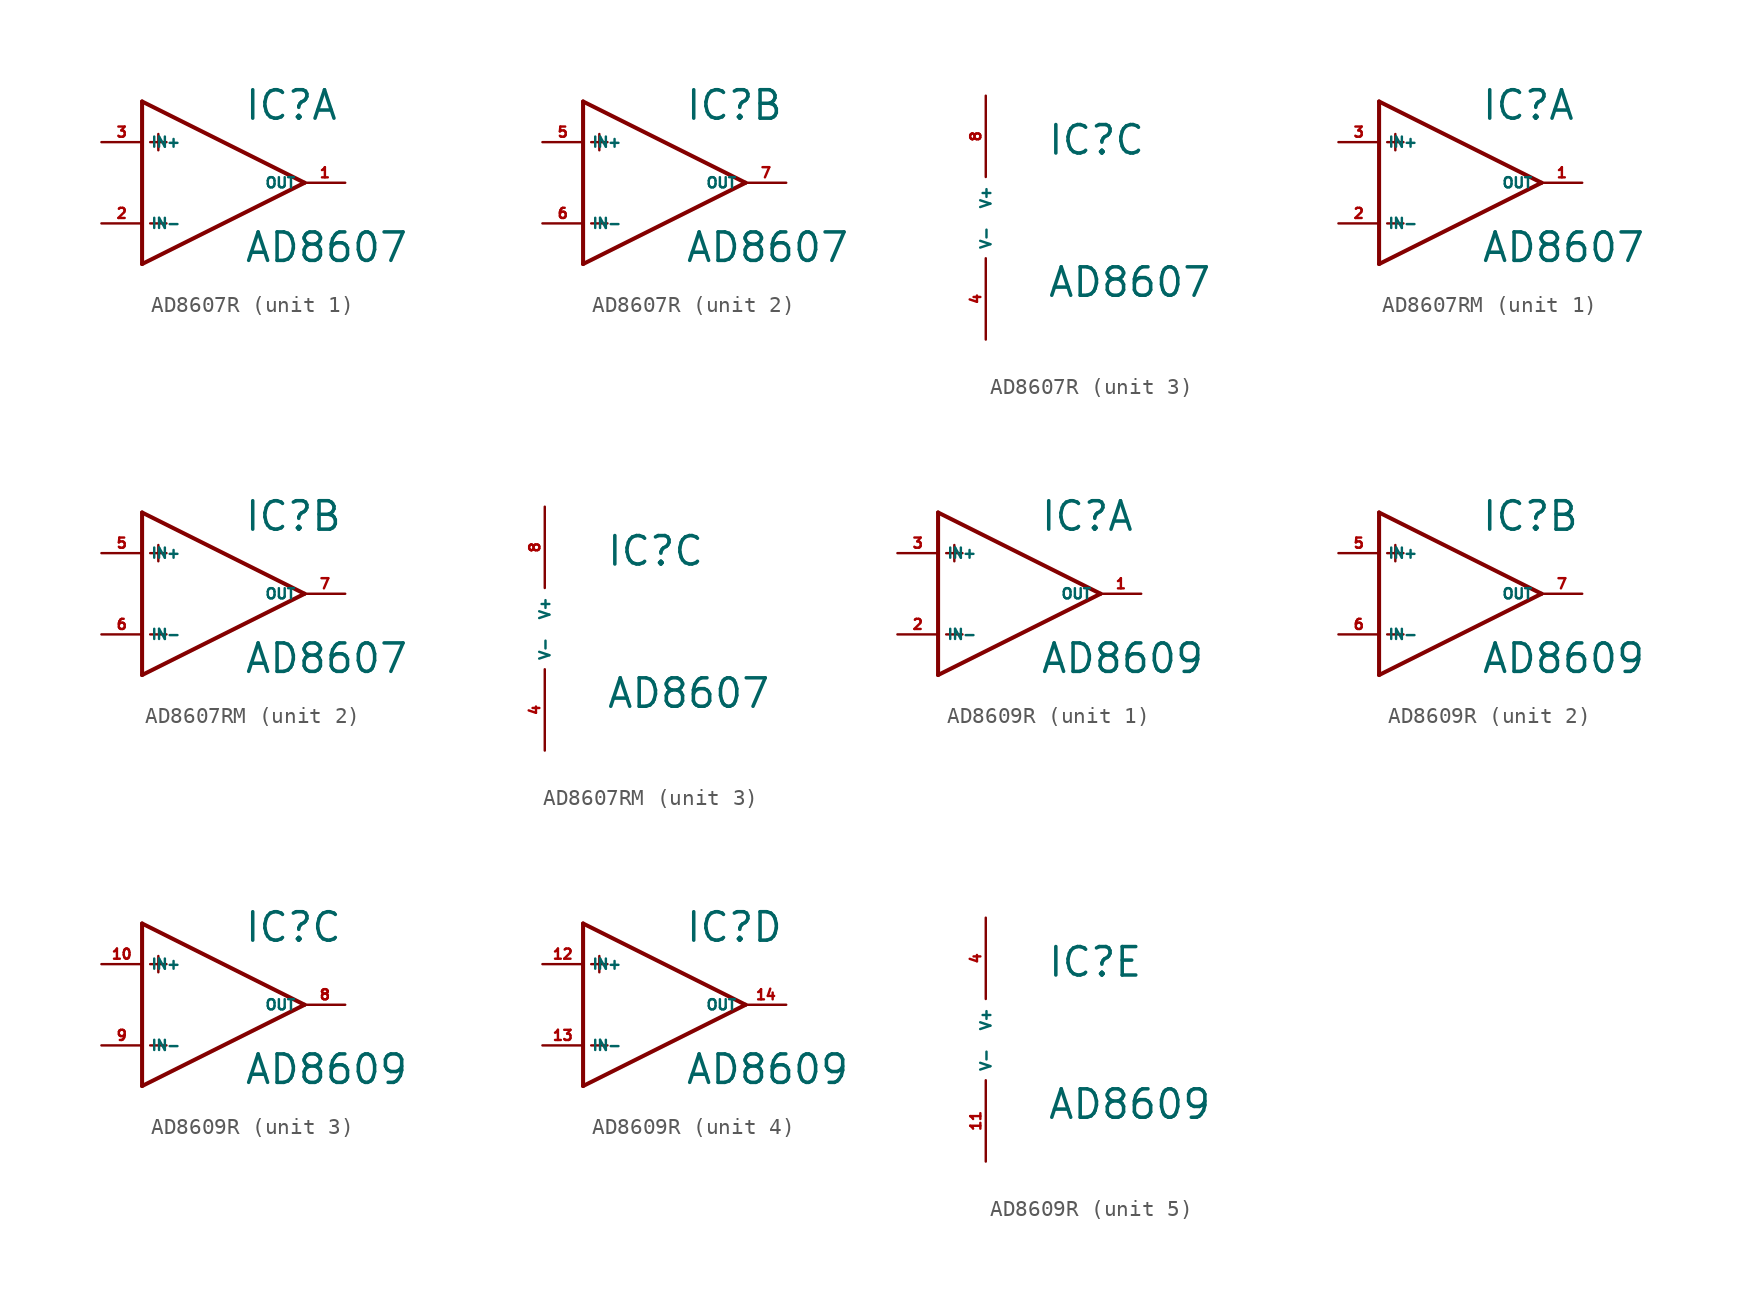
<source format=kicad_sym>
(kicad_symbol_lib
  (version 20220914)
  (generator Eagle2Kicad)
  (symbol "AD8607R"
    (property "Reference" "IC"
      (at 3.81 3.81 0)
      (effects (font (size 1.778 1.778) (thickness 0.22)) (justify left bottom)))
    (property "Value" "AD8607"
      (at 3.81 -5.08 0)
      (effects (font (size 1.778 1.778) (thickness 0.22)) (justify left bottom)))
    (symbol "AD8607R_1_0"
      (polyline (pts (xy -2.54 5.08) (xy -2.54 -5.08)) (stroke (width 0.254) (type default)) (fill (type none)))
      (polyline (pts (xy -2.54 -5.08) (xy 7.62 0)) (stroke (width 0.254) (type default)) (fill (type none)))
      (polyline (pts (xy 7.62 0) (xy -2.54 5.08)) (stroke (width 0.254) (type default)) (fill (type none)))
      (polyline (pts (xy -2.032 2.54) (xy -1.016 2.54)) (stroke (width 0.152) (type default)) (fill (type none)))
      (polyline (pts (xy -1.524 3.048) (xy -1.524 2.032)) (stroke (width 0.152) (type default)) (fill (type none)))
      (polyline (pts (xy -2.032 -2.54) (xy -1.016 -2.54)) (stroke (width 0.152) (type default)) (fill (type none)))
      (pin input line (at -5.08 2.54 0) (length 2.54) (name "IN+" (effects (font (size 0.635 0.635) (thickness 0.08)) (justify left bottom))) (number "3" (effects (font (size 0.635 0.635) (thickness 0.08)) (justify left bottom))))
      (pin input line (at -5.08 -2.54 0) (length 2.54) (name "IN-" (effects (font (size 0.635 0.635) (thickness 0.08)) (justify left bottom))) (number "2" (effects (font (size 0.635 0.635) (thickness 0.08)) (justify left bottom))))
      (pin output line (at 10.16 0 180) (length 2.54) (name "OUT" (effects (font (size 0.635 0.635) (thickness 0.08)) (justify left bottom))) (number "1" (effects (font (size 0.635 0.635) (thickness 0.08)) (justify left bottom)))))
    (symbol "AD8607R_2_0"
      (polyline (pts (xy -2.54 5.08) (xy -2.54 -5.08)) (stroke (width 0.254) (type default)) (fill (type none)))
      (polyline (pts (xy -2.54 -5.08) (xy 7.62 0)) (stroke (width 0.254) (type default)) (fill (type none)))
      (polyline (pts (xy 7.62 0) (xy -2.54 5.08)) (stroke (width 0.254) (type default)) (fill (type none)))
      (polyline (pts (xy -2.032 2.54) (xy -1.016 2.54)) (stroke (width 0.152) (type default)) (fill (type none)))
      (polyline (pts (xy -1.524 3.048) (xy -1.524 2.032)) (stroke (width 0.152) (type default)) (fill (type none)))
      (polyline (pts (xy -2.032 -2.54) (xy -1.016 -2.54)) (stroke (width 0.152) (type default)) (fill (type none)))
      (pin input line (at -5.08 2.54 0) (length 2.54) (name "IN+" (effects (font (size 0.635 0.635) (thickness 0.08)) (justify left bottom))) (number "5" (effects (font (size 0.635 0.635) (thickness 0.08)) (justify left bottom))))
      (pin input line (at -5.08 -2.54 0) (length 2.54) (name "IN-" (effects (font (size 0.635 0.635) (thickness 0.08)) (justify left bottom))) (number "6" (effects (font (size 0.635 0.635) (thickness 0.08)) (justify left bottom))))
      (pin output line (at 10.16 0 180) (length 2.54) (name "OUT" (effects (font (size 0.635 0.635) (thickness 0.08)) (justify left bottom))) (number "7" (effects (font (size 0.635 0.635) (thickness 0.08)) (justify left bottom)))))
    (symbol "AD8607R_3_0"
      (pin unspecified line (at 0 7.62 270) (length 5.08) (name "V+" (effects (font (size 0.635 0.635) (thickness 0.08)) (justify left bottom))) (number "8" (effects (font (size 0.635 0.635) (thickness 0.08)) (justify left bottom))))
      (pin unspecified line (at 0 -7.62 90) (length 5.08) (name "V-" (effects (font (size 0.635 0.635) (thickness 0.08)) (justify left bottom))) (number "4" (effects (font (size 0.635 0.635) (thickness 0.08)) (justify left bottom))))))
  (symbol "AD8607RM"
    (property "Reference" "IC"
      (at 3.81 3.81 0)
      (effects (font (size 1.778 1.778) (thickness 0.22)) (justify left bottom)))
    (property "Value" "AD8607"
      (at 3.81 -5.08 0)
      (effects (font (size 1.778 1.778) (thickness 0.22)) (justify left bottom)))
    (symbol "AD8607RM_1_0"
      (polyline (pts (xy -2.54 5.08) (xy -2.54 -5.08)) (stroke (width 0.254) (type default)) (fill (type none)))
      (polyline (pts (xy -2.54 -5.08) (xy 7.62 0)) (stroke (width 0.254) (type default)) (fill (type none)))
      (polyline (pts (xy 7.62 0) (xy -2.54 5.08)) (stroke (width 0.254) (type default)) (fill (type none)))
      (polyline (pts (xy -2.032 2.54) (xy -1.016 2.54)) (stroke (width 0.152) (type default)) (fill (type none)))
      (polyline (pts (xy -1.524 3.048) (xy -1.524 2.032)) (stroke (width 0.152) (type default)) (fill (type none)))
      (polyline (pts (xy -2.032 -2.54) (xy -1.016 -2.54)) (stroke (width 0.152) (type default)) (fill (type none)))
      (pin input line (at -5.08 2.54 0) (length 2.54) (name "IN+" (effects (font (size 0.635 0.635) (thickness 0.08)) (justify left bottom))) (number "3" (effects (font (size 0.635 0.635) (thickness 0.08)) (justify left bottom))))
      (pin input line (at -5.08 -2.54 0) (length 2.54) (name "IN-" (effects (font (size 0.635 0.635) (thickness 0.08)) (justify left bottom))) (number "2" (effects (font (size 0.635 0.635) (thickness 0.08)) (justify left bottom))))
      (pin output line (at 10.16 0 180) (length 2.54) (name "OUT" (effects (font (size 0.635 0.635) (thickness 0.08)) (justify left bottom))) (number "1" (effects (font (size 0.635 0.635) (thickness 0.08)) (justify left bottom)))))
    (symbol "AD8607RM_2_0"
      (polyline (pts (xy -2.54 5.08) (xy -2.54 -5.08)) (stroke (width 0.254) (type default)) (fill (type none)))
      (polyline (pts (xy -2.54 -5.08) (xy 7.62 0)) (stroke (width 0.254) (type default)) (fill (type none)))
      (polyline (pts (xy 7.62 0) (xy -2.54 5.08)) (stroke (width 0.254) (type default)) (fill (type none)))
      (polyline (pts (xy -2.032 2.54) (xy -1.016 2.54)) (stroke (width 0.152) (type default)) (fill (type none)))
      (polyline (pts (xy -1.524 3.048) (xy -1.524 2.032)) (stroke (width 0.152) (type default)) (fill (type none)))
      (polyline (pts (xy -2.032 -2.54) (xy -1.016 -2.54)) (stroke (width 0.152) (type default)) (fill (type none)))
      (pin input line (at -5.08 2.54 0) (length 2.54) (name "IN+" (effects (font (size 0.635 0.635) (thickness 0.08)) (justify left bottom))) (number "5" (effects (font (size 0.635 0.635) (thickness 0.08)) (justify left bottom))))
      (pin input line (at -5.08 -2.54 0) (length 2.54) (name "IN-" (effects (font (size 0.635 0.635) (thickness 0.08)) (justify left bottom))) (number "6" (effects (font (size 0.635 0.635) (thickness 0.08)) (justify left bottom))))
      (pin output line (at 10.16 0 180) (length 2.54) (name "OUT" (effects (font (size 0.635 0.635) (thickness 0.08)) (justify left bottom))) (number "7" (effects (font (size 0.635 0.635) (thickness 0.08)) (justify left bottom)))))
    (symbol "AD8607RM_3_0"
      (pin unspecified line (at 0 7.62 270) (length 5.08) (name "V+" (effects (font (size 0.635 0.635) (thickness 0.08)) (justify left bottom))) (number "8" (effects (font (size 0.635 0.635) (thickness 0.08)) (justify left bottom))))
      (pin unspecified line (at 0 -7.62 90) (length 5.08) (name "V-" (effects (font (size 0.635 0.635) (thickness 0.08)) (justify left bottom))) (number "4" (effects (font (size 0.635 0.635) (thickness 0.08)) (justify left bottom))))))
  (symbol "AD8609R"
    (property "Reference" "IC"
      (at 3.81 3.81 0)
      (effects (font (size 1.778 1.778) (thickness 0.22)) (justify left bottom)))
    (property "Value" "AD8609"
      (at 3.81 -5.08 0)
      (effects (font (size 1.778 1.778) (thickness 0.22)) (justify left bottom)))
    (symbol "AD8609R_1_0"
      (polyline (pts (xy -2.54 5.08) (xy -2.54 -5.08)) (stroke (width 0.254) (type default)) (fill (type none)))
      (polyline (pts (xy -2.54 -5.08) (xy 7.62 0)) (stroke (width 0.254) (type default)) (fill (type none)))
      (polyline (pts (xy 7.62 0) (xy -2.54 5.08)) (stroke (width 0.254) (type default)) (fill (type none)))
      (polyline (pts (xy -2.032 2.54) (xy -1.016 2.54)) (stroke (width 0.152) (type default)) (fill (type none)))
      (polyline (pts (xy -1.524 3.048) (xy -1.524 2.032)) (stroke (width 0.152) (type default)) (fill (type none)))
      (polyline (pts (xy -2.032 -2.54) (xy -1.016 -2.54)) (stroke (width 0.152) (type default)) (fill (type none)))
      (pin input line (at -5.08 2.54 0) (length 2.54) (name "IN+" (effects (font (size 0.635 0.635) (thickness 0.08)) (justify left bottom))) (number "3" (effects (font (size 0.635 0.635) (thickness 0.08)) (justify left bottom))))
      (pin input line (at -5.08 -2.54 0) (length 2.54) (name "IN-" (effects (font (size 0.635 0.635) (thickness 0.08)) (justify left bottom))) (number "2" (effects (font (size 0.635 0.635) (thickness 0.08)) (justify left bottom))))
      (pin output line (at 10.16 0 180) (length 2.54) (name "OUT" (effects (font (size 0.635 0.635) (thickness 0.08)) (justify left bottom))) (number "1" (effects (font (size 0.635 0.635) (thickness 0.08)) (justify left bottom)))))
    (symbol "AD8609R_2_0"
      (polyline (pts (xy -2.54 5.08) (xy -2.54 -5.08)) (stroke (width 0.254) (type default)) (fill (type none)))
      (polyline (pts (xy -2.54 -5.08) (xy 7.62 0)) (stroke (width 0.254) (type default)) (fill (type none)))
      (polyline (pts (xy 7.62 0) (xy -2.54 5.08)) (stroke (width 0.254) (type default)) (fill (type none)))
      (polyline (pts (xy -2.032 2.54) (xy -1.016 2.54)) (stroke (width 0.152) (type default)) (fill (type none)))
      (polyline (pts (xy -1.524 3.048) (xy -1.524 2.032)) (stroke (width 0.152) (type default)) (fill (type none)))
      (polyline (pts (xy -2.032 -2.54) (xy -1.016 -2.54)) (stroke (width 0.152) (type default)) (fill (type none)))
      (pin input line (at -5.08 2.54 0) (length 2.54) (name "IN+" (effects (font (size 0.635 0.635) (thickness 0.08)) (justify left bottom))) (number "5" (effects (font (size 0.635 0.635) (thickness 0.08)) (justify left bottom))))
      (pin input line (at -5.08 -2.54 0) (length 2.54) (name "IN-" (effects (font (size 0.635 0.635) (thickness 0.08)) (justify left bottom))) (number "6" (effects (font (size 0.635 0.635) (thickness 0.08)) (justify left bottom))))
      (pin output line (at 10.16 0 180) (length 2.54) (name "OUT" (effects (font (size 0.635 0.635) (thickness 0.08)) (justify left bottom))) (number "7" (effects (font (size 0.635 0.635) (thickness 0.08)) (justify left bottom)))))
    (symbol "AD8609R_3_0"
      (polyline (pts (xy -2.54 5.08) (xy -2.54 -5.08)) (stroke (width 0.254) (type default)) (fill (type none)))
      (polyline (pts (xy -2.54 -5.08) (xy 7.62 0)) (stroke (width 0.254) (type default)) (fill (type none)))
      (polyline (pts (xy 7.62 0) (xy -2.54 5.08)) (stroke (width 0.254) (type default)) (fill (type none)))
      (polyline (pts (xy -2.032 2.54) (xy -1.016 2.54)) (stroke (width 0.152) (type default)) (fill (type none)))
      (polyline (pts (xy -1.524 3.048) (xy -1.524 2.032)) (stroke (width 0.152) (type default)) (fill (type none)))
      (polyline (pts (xy -2.032 -2.54) (xy -1.016 -2.54)) (stroke (width 0.152) (type default)) (fill (type none)))
      (pin input line (at -5.08 2.54 0) (length 2.54) (name "IN+" (effects (font (size 0.635 0.635) (thickness 0.08)) (justify left bottom))) (number "10" (effects (font (size 0.635 0.635) (thickness 0.08)) (justify left bottom))))
      (pin input line (at -5.08 -2.54 0) (length 2.54) (name "IN-" (effects (font (size 0.635 0.635) (thickness 0.08)) (justify left bottom))) (number "9" (effects (font (size 0.635 0.635) (thickness 0.08)) (justify left bottom))))
      (pin output line (at 10.16 0 180) (length 2.54) (name "OUT" (effects (font (size 0.635 0.635) (thickness 0.08)) (justify left bottom))) (number "8" (effects (font (size 0.635 0.635) (thickness 0.08)) (justify left bottom)))))
    (symbol "AD8609R_4_0"
      (polyline (pts (xy -2.54 5.08) (xy -2.54 -5.08)) (stroke (width 0.254) (type default)) (fill (type none)))
      (polyline (pts (xy -2.54 -5.08) (xy 7.62 0)) (stroke (width 0.254) (type default)) (fill (type none)))
      (polyline (pts (xy 7.62 0) (xy -2.54 5.08)) (stroke (width 0.254) (type default)) (fill (type none)))
      (polyline (pts (xy -2.032 2.54) (xy -1.016 2.54)) (stroke (width 0.152) (type default)) (fill (type none)))
      (polyline (pts (xy -1.524 3.048) (xy -1.524 2.032)) (stroke (width 0.152) (type default)) (fill (type none)))
      (polyline (pts (xy -2.032 -2.54) (xy -1.016 -2.54)) (stroke (width 0.152) (type default)) (fill (type none)))
      (pin input line (at -5.08 2.54 0) (length 2.54) (name "IN+" (effects (font (size 0.635 0.635) (thickness 0.08)) (justify left bottom))) (number "12" (effects (font (size 0.635 0.635) (thickness 0.08)) (justify left bottom))))
      (pin input line (at -5.08 -2.54 0) (length 2.54) (name "IN-" (effects (font (size 0.635 0.635) (thickness 0.08)) (justify left bottom))) (number "13" (effects (font (size 0.635 0.635) (thickness 0.08)) (justify left bottom))))
      (pin output line (at 10.16 0 180) (length 2.54) (name "OUT" (effects (font (size 0.635 0.635) (thickness 0.08)) (justify left bottom))) (number "14" (effects (font (size 0.635 0.635) (thickness 0.08)) (justify left bottom)))))
    (symbol "AD8609R_5_0"
      (pin unspecified line (at 0 7.62 270) (length 5.08) (name "V+" (effects (font (size 0.635 0.635) (thickness 0.08)) (justify left bottom))) (number "4" (effects (font (size 0.635 0.635) (thickness 0.08)) (justify left bottom))))
      (pin unspecified line (at 0 -7.62 90) (length 5.08) (name "V-" (effects (font (size 0.635 0.635) (thickness 0.08)) (justify left bottom))) (number "11" (effects (font (size 0.635 0.635) (thickness 0.08)) (justify left bottom)))))))
</source>
